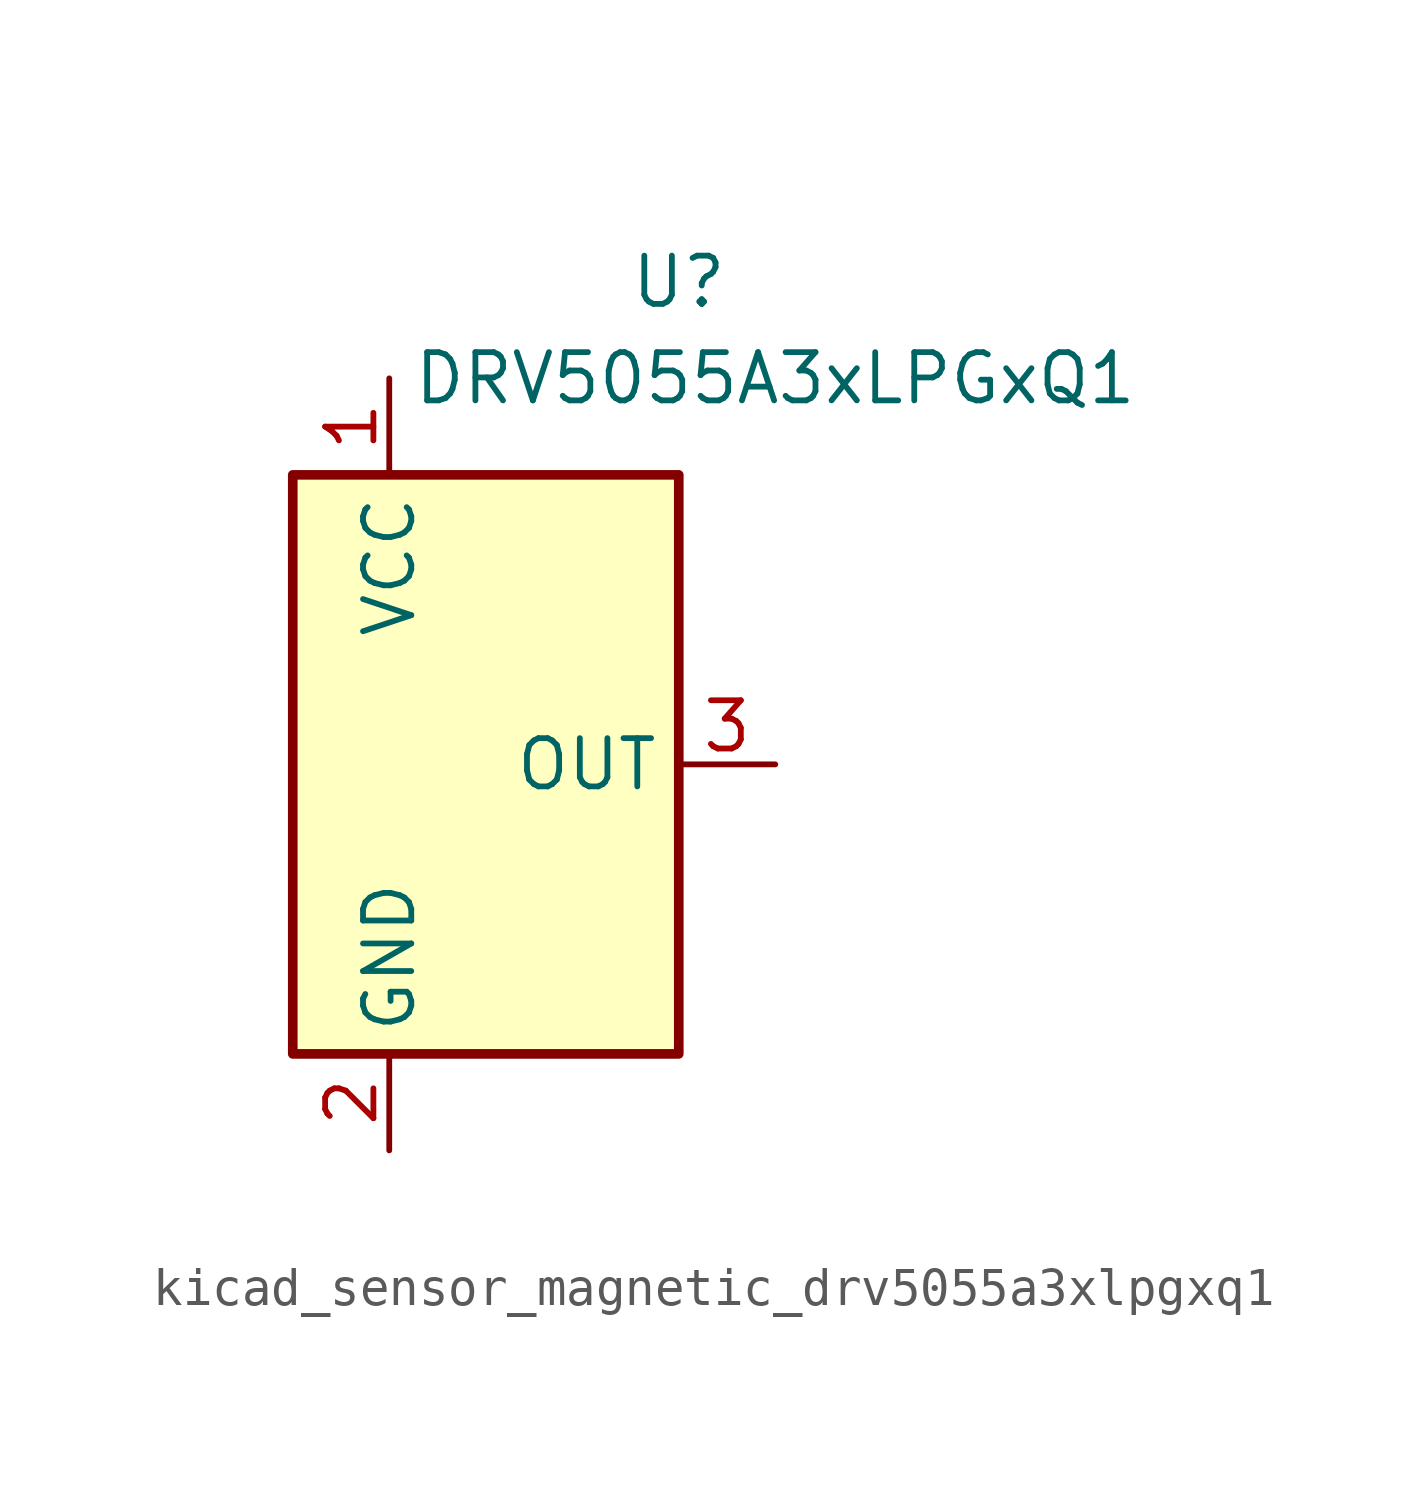
<source format=kicad_sym>
(kicad_symbol_lib
  (version 20220914)
  (generator kicad_symbol_editor)
  (symbol "kicad_sensor_magnetic_drv5055a3xlpgxq1"
    (property "Reference" "U"
      (at 5.08 12.7 0)
      (effects (font (size 1.27 1.27))))
    (property "Value" "DRV5055A3xLPGxQ1"
      (at 7.62 10.16 0)
      (effects (font (size 1.27 1.27))))
    (symbol "kicad_sensor_magnetic_drv5055a3xlpgxq1_1_1"
      (rectangle (start -5.08 7.62) (end 5.08 -7.62) (stroke (width 0.254) (type default)) (fill (type background)))
      (pin power_in line (at -2.54 10.16 270) (length 2.54) (name "VCC" (effects (font (size 1.27 1.27)))) (number "1" (effects (font (size 1.27 1.27)))))
      (pin power_in line (at -2.54 -10.16 90) (length 2.54) (name "GND" (effects (font (size 1.27 1.27)))) (number "2" (effects (font (size 1.27 1.27)))))
      (pin output line (at 7.62 0 180) (length 2.54) (name "OUT" (effects (font (size 1.27 1.27)))) (number "3" (effects (font (size 1.27 1.27))))))))
</source>
